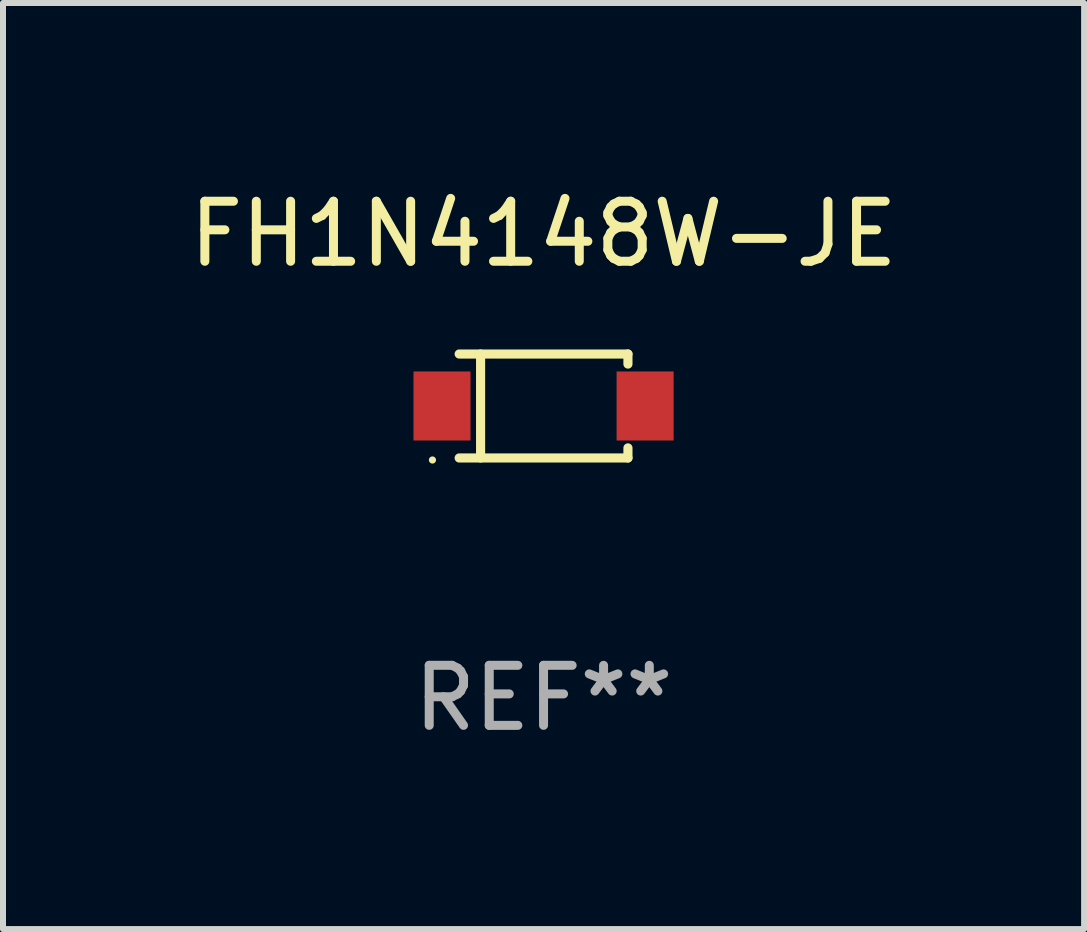
<source format=kicad_pcb>
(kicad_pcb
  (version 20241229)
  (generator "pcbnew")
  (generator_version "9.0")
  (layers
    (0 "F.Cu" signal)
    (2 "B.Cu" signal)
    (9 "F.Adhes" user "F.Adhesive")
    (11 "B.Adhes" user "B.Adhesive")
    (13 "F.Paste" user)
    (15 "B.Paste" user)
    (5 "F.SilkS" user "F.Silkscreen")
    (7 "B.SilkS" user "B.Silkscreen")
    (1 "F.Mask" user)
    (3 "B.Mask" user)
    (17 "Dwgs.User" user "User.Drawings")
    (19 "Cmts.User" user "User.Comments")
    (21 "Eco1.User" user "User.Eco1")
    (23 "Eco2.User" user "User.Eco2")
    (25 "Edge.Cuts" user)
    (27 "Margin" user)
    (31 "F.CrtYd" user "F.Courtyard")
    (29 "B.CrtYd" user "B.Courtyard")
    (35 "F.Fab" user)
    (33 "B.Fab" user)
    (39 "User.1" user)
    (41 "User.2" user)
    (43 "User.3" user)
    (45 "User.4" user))
  (footprint "FH1N4148W-JE"
    (layer "F.Cu")
    (at 6.006 3.714)
    (property "Reference" "FH1N4148W-JE" (at 0 -2.866 0) (layer "F.SilkS") (effects (font (size 1 1) (thickness 0.15))))
    (attr through_hole)
    (fp_line (start -1.406 -0.866) (end 1.406 -0.866) (stroke (width 0.152) (type solid)) (layer "F.SilkS"))
    (fp_line (start -1.406 0.866) (end 1.406 0.866) (stroke (width 0.152) (type solid)) (layer "F.SilkS"))
    (fp_line (start -1.049 -0.866) (end -1.049 0.866) (stroke (width 0.152) (type solid)) (layer "F.SilkS"))
    (fp_line (start 1.406 -0.866) (end 1.406 -0.698) (stroke (width 0.152) (type solid)) (layer "F.SilkS"))
    (fp_line (start 1.406 0.866) (end 1.406 0.698) (stroke (width 0.152) (type solid)) (layer "F.SilkS"))
    (fp_circle (center -1.851 0.9) (end -1.821 0.9) (stroke (width 0.06) (type solid)) (fill no) (layer "F.SilkS"))
    (fp_text user "REF**" (at 0 4.866 0) (layer "F.Fab") (effects (font (size 1 1) (thickness 0.15))))
    (pad "1" smd rect (at -1.692 0) (size 0.95 1.15) (layers "F.Cu" "F.Mask" "F.Paste"))
    (pad "2" smd rect (at 1.692 0) (size 0.95 1.15) (layers "F.Cu" "F.Mask" "F.Paste")))
  (gr_rect
    (start -3 -3)
    (end 15.012 12.429)
    (stroke (width 0.1) (type default))
    (fill no)
    (layer "Edge.Cuts")))
</source>
